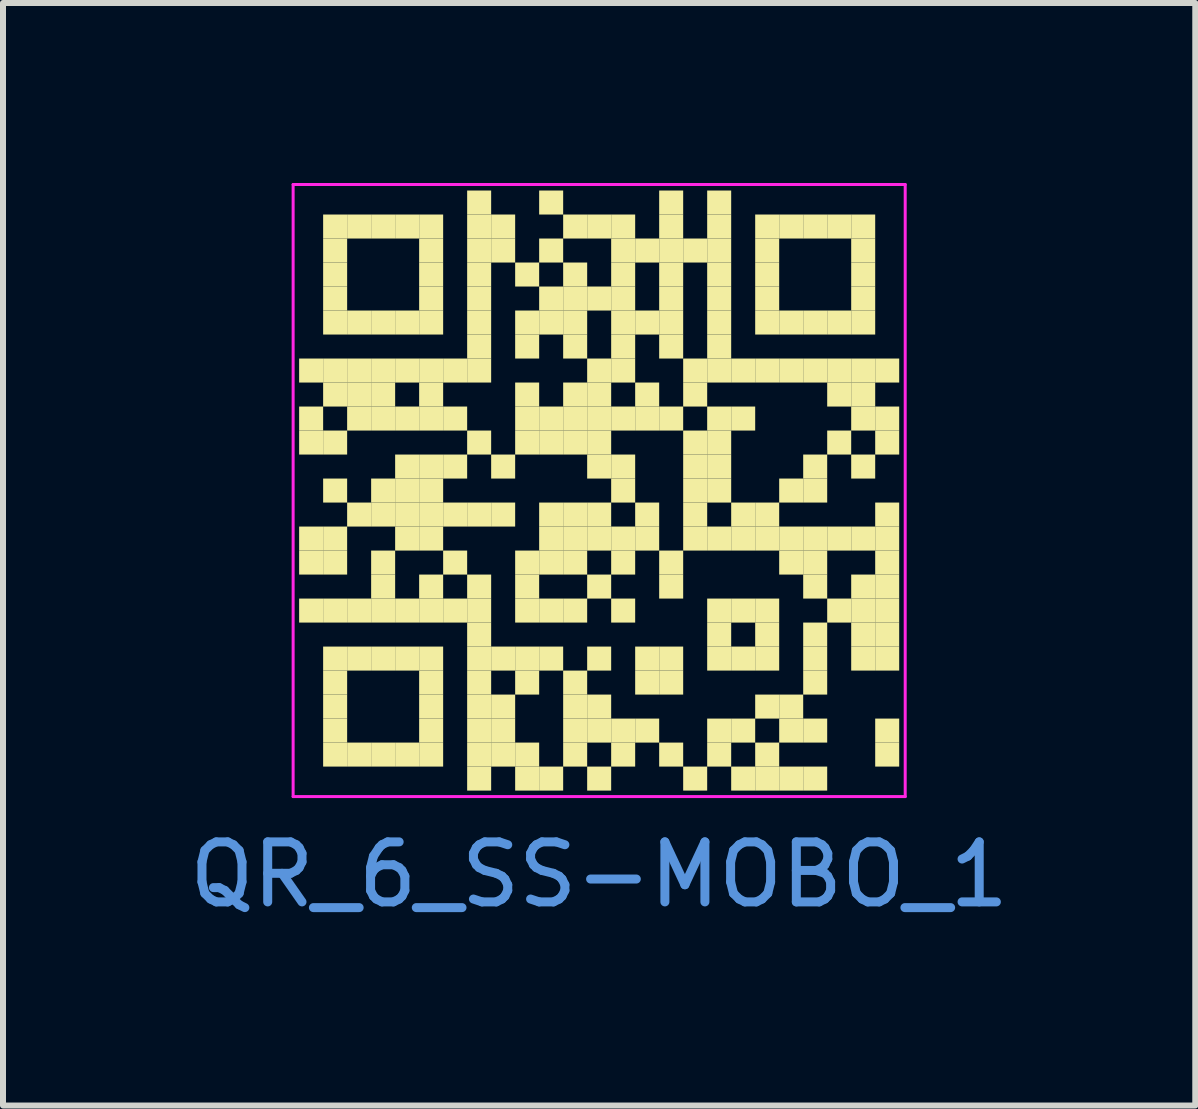
<source format=kicad_pcb>
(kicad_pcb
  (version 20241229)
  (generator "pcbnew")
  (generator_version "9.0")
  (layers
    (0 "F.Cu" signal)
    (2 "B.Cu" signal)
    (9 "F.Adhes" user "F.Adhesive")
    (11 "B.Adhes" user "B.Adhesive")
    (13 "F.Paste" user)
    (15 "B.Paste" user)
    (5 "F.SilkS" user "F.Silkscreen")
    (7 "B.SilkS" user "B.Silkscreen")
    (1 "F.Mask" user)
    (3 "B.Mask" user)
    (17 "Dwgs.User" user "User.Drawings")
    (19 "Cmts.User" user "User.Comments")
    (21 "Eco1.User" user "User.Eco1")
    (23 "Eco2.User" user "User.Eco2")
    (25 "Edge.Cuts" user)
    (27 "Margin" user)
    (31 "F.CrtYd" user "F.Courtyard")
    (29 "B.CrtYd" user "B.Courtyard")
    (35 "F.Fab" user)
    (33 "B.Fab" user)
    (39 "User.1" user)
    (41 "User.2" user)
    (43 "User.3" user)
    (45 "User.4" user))
  (footprint "QR_6_SS-MOBO_1"
    (layer "F.Cu")
    (at 6.935 5.125)
    (property "Reference" "QR_6_SS-MOBO_1" (at 0 6.4 0) (layer "Cmts.User") (effects (font (size 1 1) (thickness 0.15))))
    (fp_rect (start -5 -2.2) (end -4.6 -1.8) (stroke (width 0) (type solid)) (fill yes) (layer "F.SilkS"))
    (fp_rect (start -5 -1.4) (end -4.6 -1) (stroke (width 0) (type solid)) (fill yes) (layer "F.SilkS"))
    (fp_rect (start -5 -1) (end -4.6 -0.6) (stroke (width 0) (type solid)) (fill yes) (layer "F.SilkS"))
    (fp_rect (start -5 0.6) (end -4.6 1) (stroke (width 0) (type solid)) (fill yes) (layer "F.SilkS"))
    (fp_rect (start -5 1) (end -4.6 1.4) (stroke (width 0) (type solid)) (fill yes) (layer "F.SilkS"))
    (fp_rect (start -5 1.8) (end -4.6 2.2) (stroke (width 0) (type solid)) (fill yes) (layer "F.SilkS"))
    (fp_rect (start -4.6 -4.6) (end -4.2 -4.2) (stroke (width 0) (type solid)) (fill yes) (layer "F.SilkS"))
    (fp_rect (start -4.6 -4.2) (end -4.2 -3.8) (stroke (width 0) (type solid)) (fill yes) (layer "F.SilkS"))
    (fp_rect (start -4.6 -3.8) (end -4.2 -3.4) (stroke (width 0) (type solid)) (fill yes) (layer "F.SilkS"))
    (fp_rect (start -4.6 -3.4) (end -4.2 -3) (stroke (width 0) (type solid)) (fill yes) (layer "F.SilkS"))
    (fp_rect (start -4.6 -3) (end -4.2 -2.6) (stroke (width 0) (type solid)) (fill yes) (layer "F.SilkS"))
    (fp_rect (start -4.6 -2.2) (end -4.2 -1.8) (stroke (width 0) (type solid)) (fill yes) (layer "F.SilkS"))
    (fp_rect (start -4.6 -1.8) (end -4.2 -1.4) (stroke (width 0) (type solid)) (fill yes) (layer "F.SilkS"))
    (fp_rect (start -4.6 -1) (end -4.2 -0.6) (stroke (width 0) (type solid)) (fill yes) (layer "F.SilkS"))
    (fp_rect (start -4.6 -0.2) (end -4.2 0.2) (stroke (width 0) (type solid)) (fill yes) (layer "F.SilkS"))
    (fp_rect (start -4.6 0.6) (end -4.2 1) (stroke (width 0) (type solid)) (fill yes) (layer "F.SilkS"))
    (fp_rect (start -4.6 1) (end -4.2 1.4) (stroke (width 0) (type solid)) (fill yes) (layer "F.SilkS"))
    (fp_rect (start -4.6 1.8) (end -4.2 2.2) (stroke (width 0) (type solid)) (fill yes) (layer "F.SilkS"))
    (fp_rect (start -4.6 2.6) (end -4.2 3) (stroke (width 0) (type solid)) (fill yes) (layer "F.SilkS"))
    (fp_rect (start -4.6 3) (end -4.2 3.4) (stroke (width 0) (type solid)) (fill yes) (layer "F.SilkS"))
    (fp_rect (start -4.6 3.4) (end -4.2 3.8) (stroke (width 0) (type solid)) (fill yes) (layer "F.SilkS"))
    (fp_rect (start -4.6 3.8) (end -4.2 4.2) (stroke (width 0) (type solid)) (fill yes) (layer "F.SilkS"))
    (fp_rect (start -4.6 4.2) (end -4.2 4.6) (stroke (width 0) (type solid)) (fill yes) (layer "F.SilkS"))
    (fp_rect (start -4.2 -4.6) (end -3.8 -4.2) (stroke (width 0) (type solid)) (fill yes) (layer "F.SilkS"))
    (fp_rect (start -4.2 -3) (end -3.8 -2.6) (stroke (width 0) (type solid)) (fill yes) (layer "F.SilkS"))
    (fp_rect (start -4.2 -2.2) (end -3.8 -1.8) (stroke (width 0) (type solid)) (fill yes) (layer "F.SilkS"))
    (fp_rect (start -4.2 -1.8) (end -3.8 -1.4) (stroke (width 0) (type solid)) (fill yes) (layer "F.SilkS"))
    (fp_rect (start -4.2 -1.4) (end -3.8 -1) (stroke (width 0) (type solid)) (fill yes) (layer "F.SilkS"))
    (fp_rect (start -4.2 0.2) (end -3.8 0.6) (stroke (width 0) (type solid)) (fill yes) (layer "F.SilkS"))
    (fp_rect (start -4.2 1.8) (end -3.8 2.2) (stroke (width 0) (type solid)) (fill yes) (layer "F.SilkS"))
    (fp_rect (start -4.2 2.6) (end -3.8 3) (stroke (width 0) (type solid)) (fill yes) (layer "F.SilkS"))
    (fp_rect (start -4.2 4.2) (end -3.8 4.6) (stroke (width 0) (type solid)) (fill yes) (layer "F.SilkS"))
    (fp_rect (start -3.8 -4.6) (end -3.4 -4.2) (stroke (width 0) (type solid)) (fill yes) (layer "F.SilkS"))
    (fp_rect (start -3.8 -3) (end -3.4 -2.6) (stroke (width 0) (type solid)) (fill yes) (layer "F.SilkS"))
    (fp_rect (start -3.8 -2.2) (end -3.4 -1.8) (stroke (width 0) (type solid)) (fill yes) (layer "F.SilkS"))
    (fp_rect (start -3.8 -1.8) (end -3.4 -1.4) (stroke (width 0) (type solid)) (fill yes) (layer "F.SilkS"))
    (fp_rect (start -3.8 -1.4) (end -3.4 -1) (stroke (width 0) (type solid)) (fill yes) (layer "F.SilkS"))
    (fp_rect (start -3.8 -0.2) (end -3.4 0.2) (stroke (width 0) (type solid)) (fill yes) (layer "F.SilkS"))
    (fp_rect (start -3.8 0.2) (end -3.4 0.6) (stroke (width 0) (type solid)) (fill yes) (layer "F.SilkS"))
    (fp_rect (start -3.8 1) (end -3.4 1.4) (stroke (width 0) (type solid)) (fill yes) (layer "F.SilkS"))
    (fp_rect (start -3.8 1.4) (end -3.4 1.8) (stroke (width 0) (type solid)) (fill yes) (layer "F.SilkS"))
    (fp_rect (start -3.8 1.8) (end -3.4 2.2) (stroke (width 0) (type solid)) (fill yes) (layer "F.SilkS"))
    (fp_rect (start -3.8 2.6) (end -3.4 3) (stroke (width 0) (type solid)) (fill yes) (layer "F.SilkS"))
    (fp_rect (start -3.8 4.2) (end -3.4 4.6) (stroke (width 0) (type solid)) (fill yes) (layer "F.SilkS"))
    (fp_rect (start -3.4 -4.6) (end -3 -4.2) (stroke (width 0) (type solid)) (fill yes) (layer "F.SilkS"))
    (fp_rect (start -3.4 -3) (end -3 -2.6) (stroke (width 0) (type solid)) (fill yes) (layer "F.SilkS"))
    (fp_rect (start -3.4 -2.2) (end -3 -1.8) (stroke (width 0) (type solid)) (fill yes) (layer "F.SilkS"))
    (fp_rect (start -3.4 -1.4) (end -3 -1) (stroke (width 0) (type solid)) (fill yes) (layer "F.SilkS"))
    (fp_rect (start -3.4 -0.6) (end -3 -0.2) (stroke (width 0) (type solid)) (fill yes) (layer "F.SilkS"))
    (fp_rect (start -3.4 -0.2) (end -3 0.2) (stroke (width 0) (type solid)) (fill yes) (layer "F.SilkS"))
    (fp_rect (start -3.4 0.2) (end -3 0.6) (stroke (width 0) (type solid)) (fill yes) (layer "F.SilkS"))
    (fp_rect (start -3.4 0.6) (end -3 1) (stroke (width 0) (type solid)) (fill yes) (layer "F.SilkS"))
    (fp_rect (start -3.4 1.8) (end -3 2.2) (stroke (width 0) (type solid)) (fill yes) (layer "F.SilkS"))
    (fp_rect (start -3.4 2.6) (end -3 3) (stroke (width 0) (type solid)) (fill yes) (layer "F.SilkS"))
    (fp_rect (start -3.4 4.2) (end -3 4.6) (stroke (width 0) (type solid)) (fill yes) (layer "F.SilkS"))
    (fp_rect (start -3 -4.6) (end -2.6 -4.2) (stroke (width 0) (type solid)) (fill yes) (layer "F.SilkS"))
    (fp_rect (start -3 -4.2) (end -2.6 -3.8) (stroke (width 0) (type solid)) (fill yes) (layer "F.SilkS"))
    (fp_rect (start -3 -3.8) (end -2.6 -3.4) (stroke (width 0) (type solid)) (fill yes) (layer "F.SilkS"))
    (fp_rect (start -3 -3.4) (end -2.6 -3) (stroke (width 0) (type solid)) (fill yes) (layer "F.SilkS"))
    (fp_rect (start -3 -3) (end -2.6 -2.6) (stroke (width 0) (type solid)) (fill yes) (layer "F.SilkS"))
    (fp_rect (start -3 -2.2) (end -2.6 -1.8) (stroke (width 0) (type solid)) (fill yes) (layer "F.SilkS"))
    (fp_rect (start -3 -1.8) (end -2.6 -1.4) (stroke (width 0) (type solid)) (fill yes) (layer "F.SilkS"))
    (fp_rect (start -3 -1.4) (end -2.6 -1) (stroke (width 0) (type solid)) (fill yes) (layer "F.SilkS"))
    (fp_rect (start -3 -0.6) (end -2.6 -0.2) (stroke (width 0) (type solid)) (fill yes) (layer "F.SilkS"))
    (fp_rect (start -3 -0.2) (end -2.6 0.2) (stroke (width 0) (type solid)) (fill yes) (layer "F.SilkS"))
    (fp_rect (start -3 0.2) (end -2.6 0.6) (stroke (width 0) (type solid)) (fill yes) (layer "F.SilkS"))
    (fp_rect (start -3 0.6) (end -2.6 1) (stroke (width 0) (type solid)) (fill yes) (layer "F.SilkS"))
    (fp_rect (start -3 1.4) (end -2.6 1.8) (stroke (width 0) (type solid)) (fill yes) (layer "F.SilkS"))
    (fp_rect (start -3 1.8) (end -2.6 2.2) (stroke (width 0) (type solid)) (fill yes) (layer "F.SilkS"))
    (fp_rect (start -3 2.6) (end -2.6 3) (stroke (width 0) (type solid)) (fill yes) (layer "F.SilkS"))
    (fp_rect (start -3 3) (end -2.6 3.4) (stroke (width 0) (type solid)) (fill yes) (layer "F.SilkS"))
    (fp_rect (start -3 3.4) (end -2.6 3.8) (stroke (width 0) (type solid)) (fill yes) (layer "F.SilkS"))
    (fp_rect (start -3 3.8) (end -2.6 4.2) (stroke (width 0) (type solid)) (fill yes) (layer "F.SilkS"))
    (fp_rect (start -3 4.2) (end -2.6 4.6) (stroke (width 0) (type solid)) (fill yes) (layer "F.SilkS"))
    (fp_rect (start -2.6 -2.2) (end -2.2 -1.8) (stroke (width 0) (type solid)) (fill yes) (layer "F.SilkS"))
    (fp_rect (start -2.6 -1.4) (end -2.2 -1) (stroke (width 0) (type solid)) (fill yes) (layer "F.SilkS"))
    (fp_rect (start -2.6 -0.6) (end -2.2 -0.2) (stroke (width 0) (type solid)) (fill yes) (layer "F.SilkS"))
    (fp_rect (start -2.6 0.2) (end -2.2 0.6) (stroke (width 0) (type solid)) (fill yes) (layer "F.SilkS"))
    (fp_rect (start -2.6 1) (end -2.2 1.4) (stroke (width 0) (type solid)) (fill yes) (layer "F.SilkS"))
    (fp_rect (start -2.6 1.8) (end -2.2 2.2) (stroke (width 0) (type solid)) (fill yes) (layer "F.SilkS"))
    (fp_rect (start -2.2 -5) (end -1.8 -4.6) (stroke (width 0) (type solid)) (fill yes) (layer "F.SilkS"))
    (fp_rect (start -2.2 -4.6) (end -1.8 -4.2) (stroke (width 0) (type solid)) (fill yes) (layer "F.SilkS"))
    (fp_rect (start -2.2 -4.2) (end -1.8 -3.8) (stroke (width 0) (type solid)) (fill yes) (layer "F.SilkS"))
    (fp_rect (start -2.2 -3.8) (end -1.8 -3.4) (stroke (width 0) (type solid)) (fill yes) (layer "F.SilkS"))
    (fp_rect (start -2.2 -3.4) (end -1.8 -3) (stroke (width 0) (type solid)) (fill yes) (layer "F.SilkS"))
    (fp_rect (start -2.2 -3) (end -1.8 -2.6) (stroke (width 0) (type solid)) (fill yes) (layer "F.SilkS"))
    (fp_rect (start -2.2 -2.6) (end -1.8 -2.2) (stroke (width 0) (type solid)) (fill yes) (layer "F.SilkS"))
    (fp_rect (start -2.2 -2.2) (end -1.8 -1.8) (stroke (width 0) (type solid)) (fill yes) (layer "F.SilkS"))
    (fp_rect (start -2.2 -1) (end -1.8 -0.6) (stroke (width 0) (type solid)) (fill yes) (layer "F.SilkS"))
    (fp_rect (start -2.2 0.2) (end -1.8 0.6) (stroke (width 0) (type solid)) (fill yes) (layer "F.SilkS"))
    (fp_rect (start -2.2 1.4) (end -1.8 1.8) (stroke (width 0) (type solid)) (fill yes) (layer "F.SilkS"))
    (fp_rect (start -2.2 1.8) (end -1.8 2.2) (stroke (width 0) (type solid)) (fill yes) (layer "F.SilkS"))
    (fp_rect (start -2.2 2.2) (end -1.8 2.6) (stroke (width 0) (type solid)) (fill yes) (layer "F.SilkS"))
    (fp_rect (start -2.2 2.6) (end -1.8 3) (stroke (width 0) (type solid)) (fill yes) (layer "F.SilkS"))
    (fp_rect (start -2.2 3) (end -1.8 3.4) (stroke (width 0) (type solid)) (fill yes) (layer "F.SilkS"))
    (fp_rect (start -2.2 3.4) (end -1.8 3.8) (stroke (width 0) (type solid)) (fill yes) (layer "F.SilkS"))
    (fp_rect (start -2.2 3.8) (end -1.8 4.2) (stroke (width 0) (type solid)) (fill yes) (layer "F.SilkS"))
    (fp_rect (start -2.2 4.2) (end -1.8 4.6) (stroke (width 0) (type solid)) (fill yes) (layer "F.SilkS"))
    (fp_rect (start -2.2 4.6) (end -1.8 5) (stroke (width 0) (type solid)) (fill yes) (layer "F.SilkS"))
    (fp_rect (start -1.8 -4.6) (end -1.4 -4.2) (stroke (width 0) (type solid)) (fill yes) (layer "F.SilkS"))
    (fp_rect (start -1.8 -4.2) (end -1.4 -3.8) (stroke (width 0) (type solid)) (fill yes) (layer "F.SilkS"))
    (fp_rect (start -1.8 -0.6) (end -1.4 -0.2) (stroke (width 0) (type solid)) (fill yes) (layer "F.SilkS"))
    (fp_rect (start -1.8 0.2) (end -1.4 0.6) (stroke (width 0) (type solid)) (fill yes) (layer "F.SilkS"))
    (fp_rect (start -1.8 2.6) (end -1.4 3) (stroke (width 0) (type solid)) (fill yes) (layer "F.SilkS"))
    (fp_rect (start -1.8 3.4) (end -1.4 3.8) (stroke (width 0) (type solid)) (fill yes) (layer "F.SilkS"))
    (fp_rect (start -1.8 3.8) (end -1.4 4.2) (stroke (width 0) (type solid)) (fill yes) (layer "F.SilkS"))
    (fp_rect (start -1.8 4.2) (end -1.4 4.6) (stroke (width 0) (type solid)) (fill yes) (layer "F.SilkS"))
    (fp_rect (start -1.4 -3.8) (end -1 -3.4) (stroke (width 0) (type solid)) (fill yes) (layer "F.SilkS"))
    (fp_rect (start -1.4 -3) (end -1 -2.6) (stroke (width 0) (type solid)) (fill yes) (layer "F.SilkS"))
    (fp_rect (start -1.4 -2.6) (end -1 -2.2) (stroke (width 0) (type solid)) (fill yes) (layer "F.SilkS"))
    (fp_rect (start -1.4 -1.8) (end -1 -1.4) (stroke (width 0) (type solid)) (fill yes) (layer "F.SilkS"))
    (fp_rect (start -1.4 -1.4) (end -1 -1) (stroke (width 0) (type solid)) (fill yes) (layer "F.SilkS"))
    (fp_rect (start -1.4 -1) (end -1 -0.6) (stroke (width 0) (type solid)) (fill yes) (layer "F.SilkS"))
    (fp_rect (start -1.4 1) (end -1 1.4) (stroke (width 0) (type solid)) (fill yes) (layer "F.SilkS"))
    (fp_rect (start -1.4 1.4) (end -1 1.8) (stroke (width 0) (type solid)) (fill yes) (layer "F.SilkS"))
    (fp_rect (start -1.4 1.8) (end -1 2.2) (stroke (width 0) (type solid)) (fill yes) (layer "F.SilkS"))
    (fp_rect (start -1.4 2.6) (end -1 3) (stroke (width 0) (type solid)) (fill yes) (layer "F.SilkS"))
    (fp_rect (start -1.4 3) (end -1 3.4) (stroke (width 0) (type solid)) (fill yes) (layer "F.SilkS"))
    (fp_rect (start -1.4 4.2) (end -1 4.6) (stroke (width 0) (type solid)) (fill yes) (layer "F.SilkS"))
    (fp_rect (start -1.4 4.6) (end -1 5) (stroke (width 0) (type solid)) (fill yes) (layer "F.SilkS"))
    (fp_rect (start -1 -5) (end -0.6 -4.6) (stroke (width 0) (type solid)) (fill yes) (layer "F.SilkS"))
    (fp_rect (start -1 -4.2) (end -0.6 -3.8) (stroke (width 0) (type solid)) (fill yes) (layer "F.SilkS"))
    (fp_rect (start -1 -3.4) (end -0.6 -3) (stroke (width 0) (type solid)) (fill yes) (layer "F.SilkS"))
    (fp_rect (start -1 -3) (end -0.6 -2.6) (stroke (width 0) (type solid)) (fill yes) (layer "F.SilkS"))
    (fp_rect (start -1 -1.4) (end -0.6 -1) (stroke (width 0) (type solid)) (fill yes) (layer "F.SilkS"))
    (fp_rect (start -1 -1) (end -0.6 -0.6) (stroke (width 0) (type solid)) (fill yes) (layer "F.SilkS"))
    (fp_rect (start -1 0.2) (end -0.6 0.6) (stroke (width 0) (type solid)) (fill yes) (layer "F.SilkS"))
    (fp_rect (start -1 0.6) (end -0.6 1) (stroke (width 0) (type solid)) (fill yes) (layer "F.SilkS"))
    (fp_rect (start -1 1) (end -0.6 1.4) (stroke (width 0) (type solid)) (fill yes) (layer "F.SilkS"))
    (fp_rect (start -1 1.8) (end -0.6 2.2) (stroke (width 0) (type solid)) (fill yes) (layer "F.SilkS"))
    (fp_rect (start -1 2.6) (end -0.6 3) (stroke (width 0) (type solid)) (fill yes) (layer "F.SilkS"))
    (fp_rect (start -1 4.6) (end -0.6 5) (stroke (width 0) (type solid)) (fill yes) (layer "F.SilkS"))
    (fp_rect (start -0.6 -4.6) (end -0.2 -4.2) (stroke (width 0) (type solid)) (fill yes) (layer "F.SilkS"))
    (fp_rect (start -0.6 -3.8) (end -0.2 -3.4) (stroke (width 0) (type solid)) (fill yes) (layer "F.SilkS"))
    (fp_rect (start -0.6 -3.4) (end -0.2 -3) (stroke (width 0) (type solid)) (fill yes) (layer "F.SilkS"))
    (fp_rect (start -0.6 -3) (end -0.2 -2.6) (stroke (width 0) (type solid)) (fill yes) (layer "F.SilkS"))
    (fp_rect (start -0.6 -2.6) (end -0.2 -2.2) (stroke (width 0) (type solid)) (fill yes) (layer "F.SilkS"))
    (fp_rect (start -0.6 -1.8) (end -0.2 -1.4) (stroke (width 0) (type solid)) (fill yes) (layer "F.SilkS"))
    (fp_rect (start -0.6 -1.4) (end -0.2 -1) (stroke (width 0) (type solid)) (fill yes) (layer "F.SilkS"))
    (fp_rect (start -0.6 -1) (end -0.2 -0.6) (stroke (width 0) (type solid)) (fill yes) (layer "F.SilkS"))
    (fp_rect (start -0.6 0.2) (end -0.2 0.6) (stroke (width 0) (type solid)) (fill yes) (layer "F.SilkS"))
    (fp_rect (start -0.6 0.6) (end -0.2 1) (stroke (width 0) (type solid)) (fill yes) (layer "F.SilkS"))
    (fp_rect (start -0.6 1) (end -0.2 1.4) (stroke (width 0) (type solid)) (fill yes) (layer "F.SilkS"))
    (fp_rect (start -0.6 1.8) (end -0.2 2.2) (stroke (width 0) (type solid)) (fill yes) (layer "F.SilkS"))
    (fp_rect (start -0.6 3) (end -0.2 3.4) (stroke (width 0) (type solid)) (fill yes) (layer "F.SilkS"))
    (fp_rect (start -0.6 3.4) (end -0.2 3.8) (stroke (width 0) (type solid)) (fill yes) (layer "F.SilkS"))
    (fp_rect (start -0.6 3.8) (end -0.2 4.2) (stroke (width 0) (type solid)) (fill yes) (layer "F.SilkS"))
    (fp_rect (start -0.6 4.2) (end -0.2 4.6) (stroke (width 0) (type solid)) (fill yes) (layer "F.SilkS"))
    (fp_rect (start -0.2 -4.6) (end 0.2 -4.2) (stroke (width 0) (type solid)) (fill yes) (layer "F.SilkS"))
    (fp_rect (start -0.2 -3.4) (end 0.2 -3) (stroke (width 0) (type solid)) (fill yes) (layer "F.SilkS"))
    (fp_rect (start -0.2 -2.2) (end 0.2 -1.8) (stroke (width 0) (type solid)) (fill yes) (layer "F.SilkS"))
    (fp_rect (start -0.2 -1.8) (end 0.2 -1.4) (stroke (width 0) (type solid)) (fill yes) (layer "F.SilkS"))
    (fp_rect (start -0.2 -1.4) (end 0.2 -1) (stroke (width 0) (type solid)) (fill yes) (layer "F.SilkS"))
    (fp_rect (start -0.2 -1) (end 0.2 -0.6) (stroke (width 0) (type solid)) (fill yes) (layer "F.SilkS"))
    (fp_rect (start -0.2 -0.6) (end 0.2 -0.2) (stroke (width 0) (type solid)) (fill yes) (layer "F.SilkS"))
    (fp_rect (start -0.2 0.2) (end 0.2 0.6) (stroke (width 0) (type solid)) (fill yes) (layer "F.SilkS"))
    (fp_rect (start -0.2 0.6) (end 0.2 1) (stroke (width 0) (type solid)) (fill yes) (layer "F.SilkS"))
    (fp_rect (start -0.2 1.4) (end 0.2 1.8) (stroke (width 0) (type solid)) (fill yes) (layer "F.SilkS"))
    (fp_rect (start -0.2 2.6) (end 0.2 3) (stroke (width 0) (type solid)) (fill yes) (layer "F.SilkS"))
    (fp_rect (start -0.2 3.4) (end 0.2 3.8) (stroke (width 0) (type solid)) (fill yes) (layer "F.SilkS"))
    (fp_rect (start -0.2 3.8) (end 0.2 4.2) (stroke (width 0) (type solid)) (fill yes) (layer "F.SilkS"))
    (fp_rect (start -0.2 4.6) (end 0.2 5) (stroke (width 0) (type solid)) (fill yes) (layer "F.SilkS"))
    (fp_rect (start 0.2 -4.6) (end 0.6 -4.2) (stroke (width 0) (type solid)) (fill yes) (layer "F.SilkS"))
    (fp_rect (start 0.2 -4.2) (end 0.6 -3.8) (stroke (width 0) (type solid)) (fill yes) (layer "F.SilkS"))
    (fp_rect (start 0.2 -3.8) (end 0.6 -3.4) (stroke (width 0) (type solid)) (fill yes) (layer "F.SilkS"))
    (fp_rect (start 0.2 -3.4) (end 0.6 -3) (stroke (width 0) (type solid)) (fill yes) (layer "F.SilkS"))
    (fp_rect (start 0.2 -3) (end 0.6 -2.6) (stroke (width 0) (type solid)) (fill yes) (layer "F.SilkS"))
    (fp_rect (start 0.2 -2.6) (end 0.6 -2.2) (stroke (width 0) (type solid)) (fill yes) (layer "F.SilkS"))
    (fp_rect (start 0.2 -2.2) (end 0.6 -1.8) (stroke (width 0) (type solid)) (fill yes) (layer "F.SilkS"))
    (fp_rect (start 0.2 -1.4) (end 0.6 -1) (stroke (width 0) (type solid)) (fill yes) (layer "F.SilkS"))
    (fp_rect (start 0.2 -0.6) (end 0.6 -0.2) (stroke (width 0) (type solid)) (fill yes) (layer "F.SilkS"))
    (fp_rect (start 0.2 -0.2) (end 0.6 0.2) (stroke (width 0) (type solid)) (fill yes) (layer "F.SilkS"))
    (fp_rect (start 0.2 0.6) (end 0.6 1) (stroke (width 0) (type solid)) (fill yes) (layer "F.SilkS"))
    (fp_rect (start 0.2 1) (end 0.6 1.4) (stroke (width 0) (type solid)) (fill yes) (layer "F.SilkS"))
    (fp_rect (start 0.2 1.8) (end 0.6 2.2) (stroke (width 0) (type solid)) (fill yes) (layer "F.SilkS"))
    (fp_rect (start 0.2 3.8) (end 0.6 4.2) (stroke (width 0) (type solid)) (fill yes) (layer "F.SilkS"))
    (fp_rect (start 0.2 4.2) (end 0.6 4.6) (stroke (width 0) (type solid)) (fill yes) (layer "F.SilkS"))
    (fp_rect (start 0.6 -4.2) (end 1 -3.8) (stroke (width 0) (type solid)) (fill yes) (layer "F.SilkS"))
    (fp_rect (start 0.6 -3) (end 1 -2.6) (stroke (width 0) (type solid)) (fill yes) (layer "F.SilkS"))
    (fp_rect (start 0.6 -1.8) (end 1 -1.4) (stroke (width 0) (type solid)) (fill yes) (layer "F.SilkS"))
    (fp_rect (start 0.6 -1.4) (end 1 -1) (stroke (width 0) (type solid)) (fill yes) (layer "F.SilkS"))
    (fp_rect (start 0.6 0.2) (end 1 0.6) (stroke (width 0) (type solid)) (fill yes) (layer "F.SilkS"))
    (fp_rect (start 0.6 0.6) (end 1 1) (stroke (width 0) (type solid)) (fill yes) (layer "F.SilkS"))
    (fp_rect (start 0.6 2.6) (end 1 3) (stroke (width 0) (type solid)) (fill yes) (layer "F.SilkS"))
    (fp_rect (start 0.6 3) (end 1 3.4) (stroke (width 0) (type solid)) (fill yes) (layer "F.SilkS"))
    (fp_rect (start 0.6 3.8) (end 1 4.2) (stroke (width 0) (type solid)) (fill yes) (layer "F.SilkS"))
    (fp_rect (start 1 -5) (end 1.4 -4.6) (stroke (width 0) (type solid)) (fill yes) (layer "F.SilkS"))
    (fp_rect (start 1 -4.6) (end 1.4 -4.2) (stroke (width 0) (type solid)) (fill yes) (layer "F.SilkS"))
    (fp_rect (start 1 -4.2) (end 1.4 -3.8) (stroke (width 0) (type solid)) (fill yes) (layer "F.SilkS"))
    (fp_rect (start 1 -3.8) (end 1.4 -3.4) (stroke (width 0) (type solid)) (fill yes) (layer "F.SilkS"))
    (fp_rect (start 1 -3.4) (end 1.4 -3) (stroke (width 0) (type solid)) (fill yes) (layer "F.SilkS"))
    (fp_rect (start 1 -3) (end 1.4 -2.6) (stroke (width 0) (type solid)) (fill yes) (layer "F.SilkS"))
    (fp_rect (start 1 -2.6) (end 1.4 -2.2) (stroke (width 0) (type solid)) (fill yes) (layer "F.SilkS"))
    (fp_rect (start 1 -1.4) (end 1.4 -1) (stroke (width 0) (type solid)) (fill yes) (layer "F.SilkS"))
    (fp_rect (start 1 1) (end 1.4 1.4) (stroke (width 0) (type solid)) (fill yes) (layer "F.SilkS"))
    (fp_rect (start 1 1.4) (end 1.4 1.8) (stroke (width 0) (type solid)) (fill yes) (layer "F.SilkS"))
    (fp_rect (start 1 2.6) (end 1.4 3) (stroke (width 0) (type solid)) (fill yes) (layer "F.SilkS"))
    (fp_rect (start 1 3) (end 1.4 3.4) (stroke (width 0) (type solid)) (fill yes) (layer "F.SilkS"))
    (fp_rect (start 1 4.2) (end 1.4 4.6) (stroke (width 0) (type solid)) (fill yes) (layer "F.SilkS"))
    (fp_rect (start 1.4 -4.2) (end 1.8 -3.8) (stroke (width 0) (type solid)) (fill yes) (layer "F.SilkS"))
    (fp_rect (start 1.4 -2.2) (end 1.8 -1.8) (stroke (width 0) (type solid)) (fill yes) (layer "F.SilkS"))
    (fp_rect (start 1.4 -1.8) (end 1.8 -1.4) (stroke (width 0) (type solid)) (fill yes) (layer "F.SilkS"))
    (fp_rect (start 1.4 -1) (end 1.8 -0.6) (stroke (width 0) (type solid)) (fill yes) (layer "F.SilkS"))
    (fp_rect (start 1.4 -0.6) (end 1.8 -0.2) (stroke (width 0) (type solid)) (fill yes) (layer "F.SilkS"))
    (fp_rect (start 1.4 -0.2) (end 1.8 0.2) (stroke (width 0) (type solid)) (fill yes) (layer "F.SilkS"))
    (fp_rect (start 1.4 0.2) (end 1.8 0.6) (stroke (width 0) (type solid)) (fill yes) (layer "F.SilkS"))
    (fp_rect (start 1.4 0.6) (end 1.8 1) (stroke (width 0) (type solid)) (fill yes) (layer "F.SilkS"))
    (fp_rect (start 1.4 4.6) (end 1.8 5) (stroke (width 0) (type solid)) (fill yes) (layer "F.SilkS"))
    (fp_rect (start 1.8 -5) (end 2.2 -4.6) (stroke (width 0) (type solid)) (fill yes) (layer "F.SilkS"))
    (fp_rect (start 1.8 -4.6) (end 2.2 -4.2) (stroke (width 0) (type solid)) (fill yes) (layer "F.SilkS"))
    (fp_rect (start 1.8 -4.2) (end 2.2 -3.8) (stroke (width 0) (type solid)) (fill yes) (layer "F.SilkS"))
    (fp_rect (start 1.8 -3.8) (end 2.2 -3.4) (stroke (width 0) (type solid)) (fill yes) (layer "F.SilkS"))
    (fp_rect (start 1.8 -3.4) (end 2.2 -3) (stroke (width 0) (type solid)) (fill yes) (layer "F.SilkS"))
    (fp_rect (start 1.8 -3) (end 2.2 -2.6) (stroke (width 0) (type solid)) (fill yes) (layer "F.SilkS"))
    (fp_rect (start 1.8 -2.6) (end 2.2 -2.2) (stroke (width 0) (type solid)) (fill yes) (layer "F.SilkS"))
    (fp_rect (start 1.8 -2.2) (end 2.2 -1.8) (stroke (width 0) (type solid)) (fill yes) (layer "F.SilkS"))
    (fp_rect (start 1.8 -1.4) (end 2.2 -1) (stroke (width 0) (type solid)) (fill yes) (layer "F.SilkS"))
    (fp_rect (start 1.8 -1) (end 2.2 -0.6) (stroke (width 0) (type solid)) (fill yes) (layer "F.SilkS"))
    (fp_rect (start 1.8 -0.6) (end 2.2 -0.2) (stroke (width 0) (type solid)) (fill yes) (layer "F.SilkS"))
    (fp_rect (start 1.8 -0.2) (end 2.2 0.2) (stroke (width 0) (type solid)) (fill yes) (layer "F.SilkS"))
    (fp_rect (start 1.8 0.6) (end 2.2 1) (stroke (width 0) (type solid)) (fill yes) (layer "F.SilkS"))
    (fp_rect (start 1.8 1.8) (end 2.2 2.2) (stroke (width 0) (type solid)) (fill yes) (layer "F.SilkS"))
    (fp_rect (start 1.8 2.2) (end 2.2 2.6) (stroke (width 0) (type solid)) (fill yes) (layer "F.SilkS"))
    (fp_rect (start 1.8 2.6) (end 2.2 3) (stroke (width 0) (type solid)) (fill yes) (layer "F.SilkS"))
    (fp_rect (start 1.8 3.8) (end 2.2 4.2) (stroke (width 0) (type solid)) (fill yes) (layer "F.SilkS"))
    (fp_rect (start 1.8 4.2) (end 2.2 4.6) (stroke (width 0) (type solid)) (fill yes) (layer "F.SilkS"))
    (fp_rect (start 2.2 -2.2) (end 2.6 -1.8) (stroke (width 0) (type solid)) (fill yes) (layer "F.SilkS"))
    (fp_rect (start 2.2 -1.4) (end 2.6 -1) (stroke (width 0) (type solid)) (fill yes) (layer "F.SilkS"))
    (fp_rect (start 2.2 0.2) (end 2.6 0.6) (stroke (width 0) (type solid)) (fill yes) (layer "F.SilkS"))
    (fp_rect (start 2.2 0.6) (end 2.6 1) (stroke (width 0) (type solid)) (fill yes) (layer "F.SilkS"))
    (fp_rect (start 2.2 1.8) (end 2.6 2.2) (stroke (width 0) (type solid)) (fill yes) (layer "F.SilkS"))
    (fp_rect (start 2.2 2.6) (end 2.6 3) (stroke (width 0) (type solid)) (fill yes) (layer "F.SilkS"))
    (fp_rect (start 2.2 3.8) (end 2.6 4.2) (stroke (width 0) (type solid)) (fill yes) (layer "F.SilkS"))
    (fp_rect (start 2.2 4.6) (end 2.6 5) (stroke (width 0) (type solid)) (fill yes) (layer "F.SilkS"))
    (fp_rect (start 2.6 -4.6) (end 3 -4.2) (stroke (width 0) (type solid)) (fill yes) (layer "F.SilkS"))
    (fp_rect (start 2.6 -4.2) (end 3 -3.8) (stroke (width 0) (type solid)) (fill yes) (layer "F.SilkS"))
    (fp_rect (start 2.6 -3.8) (end 3 -3.4) (stroke (width 0) (type solid)) (fill yes) (layer "F.SilkS"))
    (fp_rect (start 2.6 -3.4) (end 3 -3) (stroke (width 0) (type solid)) (fill yes) (layer "F.SilkS"))
    (fp_rect (start 2.6 -3) (end 3 -2.6) (stroke (width 0) (type solid)) (fill yes) (layer "F.SilkS"))
    (fp_rect (start 2.6 -2.2) (end 3 -1.8) (stroke (width 0) (type solid)) (fill yes) (layer "F.SilkS"))
    (fp_rect (start 2.6 0.2) (end 3 0.6) (stroke (width 0) (type solid)) (fill yes) (layer "F.SilkS"))
    (fp_rect (start 2.6 0.6) (end 3 1) (stroke (width 0) (type solid)) (fill yes) (layer "F.SilkS"))
    (fp_rect (start 2.6 1.8) (end 3 2.2) (stroke (width 0) (type solid)) (fill yes) (layer "F.SilkS"))
    (fp_rect (start 2.6 2.2) (end 3 2.6) (stroke (width 0) (type solid)) (fill yes) (layer "F.SilkS"))
    (fp_rect (start 2.6 2.6) (end 3 3) (stroke (width 0) (type solid)) (fill yes) (layer "F.SilkS"))
    (fp_rect (start 2.6 3.4) (end 3 3.8) (stroke (width 0) (type solid)) (fill yes) (layer "F.SilkS"))
    (fp_rect (start 2.6 4.2) (end 3 4.6) (stroke (width 0) (type solid)) (fill yes) (layer "F.SilkS"))
    (fp_rect (start 2.6 4.6) (end 3 5) (stroke (width 0) (type solid)) (fill yes) (layer "F.SilkS"))
    (fp_rect (start 3 -4.6) (end 3.4 -4.2) (stroke (width 0) (type solid)) (fill yes) (layer "F.SilkS"))
    (fp_rect (start 3 -3) (end 3.4 -2.6) (stroke (width 0) (type solid)) (fill yes) (layer "F.SilkS"))
    (fp_rect (start 3 -2.2) (end 3.4 -1.8) (stroke (width 0) (type solid)) (fill yes) (layer "F.SilkS"))
    (fp_rect (start 3 -0.2) (end 3.4 0.2) (stroke (width 0) (type solid)) (fill yes) (layer "F.SilkS"))
    (fp_rect (start 3 0.6) (end 3.4 1) (stroke (width 0) (type solid)) (fill yes) (layer "F.SilkS"))
    (fp_rect (start 3 1) (end 3.4 1.4) (stroke (width 0) (type solid)) (fill yes) (layer "F.SilkS"))
    (fp_rect (start 3 3.4) (end 3.4 3.8) (stroke (width 0) (type solid)) (fill yes) (layer "F.SilkS"))
    (fp_rect (start 3 3.8) (end 3.4 4.2) (stroke (width 0) (type solid)) (fill yes) (layer "F.SilkS"))
    (fp_rect (start 3 4.6) (end 3.4 5) (stroke (width 0) (type solid)) (fill yes) (layer "F.SilkS"))
    (fp_rect (start 3.4 -4.6) (end 3.8 -4.2) (stroke (width 0) (type solid)) (fill yes) (layer "F.SilkS"))
    (fp_rect (start 3.4 -3) (end 3.8 -2.6) (stroke (width 0) (type solid)) (fill yes) (layer "F.SilkS"))
    (fp_rect (start 3.4 -2.2) (end 3.8 -1.8) (stroke (width 0) (type solid)) (fill yes) (layer "F.SilkS"))
    (fp_rect (start 3.4 -0.6) (end 3.8 -0.2) (stroke (width 0) (type solid)) (fill yes) (layer "F.SilkS"))
    (fp_rect (start 3.4 -0.2) (end 3.8 0.2) (stroke (width 0) (type solid)) (fill yes) (layer "F.SilkS"))
    (fp_rect (start 3.4 0.6) (end 3.8 1) (stroke (width 0) (type solid)) (fill yes) (layer "F.SilkS"))
    (fp_rect (start 3.4 1) (end 3.8 1.4) (stroke (width 0) (type solid)) (fill yes) (layer "F.SilkS"))
    (fp_rect (start 3.4 1.4) (end 3.8 1.8) (stroke (width 0) (type solid)) (fill yes) (layer "F.SilkS"))
    (fp_rect (start 3.4 2.2) (end 3.8 2.6) (stroke (width 0) (type solid)) (fill yes) (layer "F.SilkS"))
    (fp_rect (start 3.4 2.6) (end 3.8 3) (stroke (width 0) (type solid)) (fill yes) (layer "F.SilkS"))
    (fp_rect (start 3.4 3) (end 3.8 3.4) (stroke (width 0) (type solid)) (fill yes) (layer "F.SilkS"))
    (fp_rect (start 3.4 3.8) (end 3.8 4.2) (stroke (width 0) (type solid)) (fill yes) (layer "F.SilkS"))
    (fp_rect (start 3.4 4.6) (end 3.8 5) (stroke (width 0) (type solid)) (fill yes) (layer "F.SilkS"))
    (fp_rect (start 3.8 -4.6) (end 4.2 -4.2) (stroke (width 0) (type solid)) (fill yes) (layer "F.SilkS"))
    (fp_rect (start 3.8 -3) (end 4.2 -2.6) (stroke (width 0) (type solid)) (fill yes) (layer "F.SilkS"))
    (fp_rect (start 3.8 -2.2) (end 4.2 -1.8) (stroke (width 0) (type solid)) (fill yes) (layer "F.SilkS"))
    (fp_rect (start 3.8 -1.8) (end 4.2 -1.4) (stroke (width 0) (type solid)) (fill yes) (layer "F.SilkS"))
    (fp_rect (start 3.8 -1) (end 4.2 -0.6) (stroke (width 0) (type solid)) (fill yes) (layer "F.SilkS"))
    (fp_rect (start 3.8 0.6) (end 4.2 1) (stroke (width 0) (type solid)) (fill yes) (layer "F.SilkS"))
    (fp_rect (start 3.8 1.8) (end 4.2 2.2) (stroke (width 0) (type solid)) (fill yes) (layer "F.SilkS"))
    (fp_rect (start 4.2 -4.6) (end 4.6 -4.2) (stroke (width 0) (type solid)) (fill yes) (layer "F.SilkS"))
    (fp_rect (start 4.2 -4.2) (end 4.6 -3.8) (stroke (width 0) (type solid)) (fill yes) (layer "F.SilkS"))
    (fp_rect (start 4.2 -3.8) (end 4.6 -3.4) (stroke (width 0) (type solid)) (fill yes) (layer "F.SilkS"))
    (fp_rect (start 4.2 -3.4) (end 4.6 -3) (stroke (width 0) (type solid)) (fill yes) (layer "F.SilkS"))
    (fp_rect (start 4.2 -3) (end 4.6 -2.6) (stroke (width 0) (type solid)) (fill yes) (layer "F.SilkS"))
    (fp_rect (start 4.2 -2.2) (end 4.6 -1.8) (stroke (width 0) (type solid)) (fill yes) (layer "F.SilkS"))
    (fp_rect (start 4.2 -1.8) (end 4.6 -1.4) (stroke (width 0) (type solid)) (fill yes) (layer "F.SilkS"))
    (fp_rect (start 4.2 -1.4) (end 4.6 -1) (stroke (width 0) (type solid)) (fill yes) (layer "F.SilkS"))
    (fp_rect (start 4.2 -0.6) (end 4.6 -0.2) (stroke (width 0) (type solid)) (fill yes) (layer "F.SilkS"))
    (fp_rect (start 4.2 0.6) (end 4.6 1) (stroke (width 0) (type solid)) (fill yes) (layer "F.SilkS"))
    (fp_rect (start 4.2 1.4) (end 4.6 1.8) (stroke (width 0) (type solid)) (fill yes) (layer "F.SilkS"))
    (fp_rect (start 4.2 1.8) (end 4.6 2.2) (stroke (width 0) (type solid)) (fill yes) (layer "F.SilkS"))
    (fp_rect (start 4.2 2.2) (end 4.6 2.6) (stroke (width 0) (type solid)) (fill yes) (layer "F.SilkS"))
    (fp_rect (start 4.2 2.6) (end 4.6 3) (stroke (width 0) (type solid)) (fill yes) (layer "F.SilkS"))
    (fp_rect (start 4.6 -2.2) (end 5 -1.8) (stroke (width 0) (type solid)) (fill yes) (layer "F.SilkS"))
    (fp_rect (start 4.6 -1.4) (end 5 -1) (stroke (width 0) (type solid)) (fill yes) (layer "F.SilkS"))
    (fp_rect (start 4.6 -1) (end 5 -0.6) (stroke (width 0) (type solid)) (fill yes) (layer "F.SilkS"))
    (fp_rect (start 4.6 0.2) (end 5 0.6) (stroke (width 0) (type solid)) (fill yes) (layer "F.SilkS"))
    (fp_rect (start 4.6 0.6) (end 5 1) (stroke (width 0) (type solid)) (fill yes) (layer "F.SilkS"))
    (fp_rect (start 4.6 1) (end 5 1.4) (stroke (width 0) (type solid)) (fill yes) (layer "F.SilkS"))
    (fp_rect (start 4.6 1.4) (end 5 1.8) (stroke (width 0) (type solid)) (fill yes) (layer "F.SilkS"))
    (fp_rect (start 4.6 1.8) (end 5 2.2) (stroke (width 0) (type solid)) (fill yes) (layer "F.SilkS"))
    (fp_rect (start 4.6 2.2) (end 5 2.6) (stroke (width 0) (type solid)) (fill yes) (layer "F.SilkS"))
    (fp_rect (start 4.6 2.6) (end 5 3) (stroke (width 0) (type solid)) (fill yes) (layer "F.SilkS"))
    (fp_rect (start 4.6 3.8) (end 5 4.2) (stroke (width 0) (type solid)) (fill yes) (layer "F.SilkS"))
    (fp_rect (start 4.6 4.2) (end 5 4.6) (stroke (width 0) (type solid)) (fill yes) (layer "F.SilkS"))
    (fp_line (start -5.1 -5.1) (end 5.1 -5.1) (stroke (width 0.05) (type solid)) (layer "F.CrtYd"))
    (fp_line (start -5.1 5.1) (end -5.1 -5.1) (stroke (width 0.05) (type solid)) (layer "F.CrtYd"))
    (fp_line (start 5.1 -5.1) (end 5.1 5.1) (stroke (width 0.05) (type solid)) (layer "F.CrtYd"))
    (fp_line (start 5.1 5.1) (end -5.1 5.1) (stroke (width 0.05) (type solid)) (layer "F.CrtYd")))
  (gr_rect
    (start -3 -3)
    (end 16.869 15.373)
    (stroke (width 0.1) (type default))
    (fill no)
    (layer "Edge.Cuts")))
</source>
